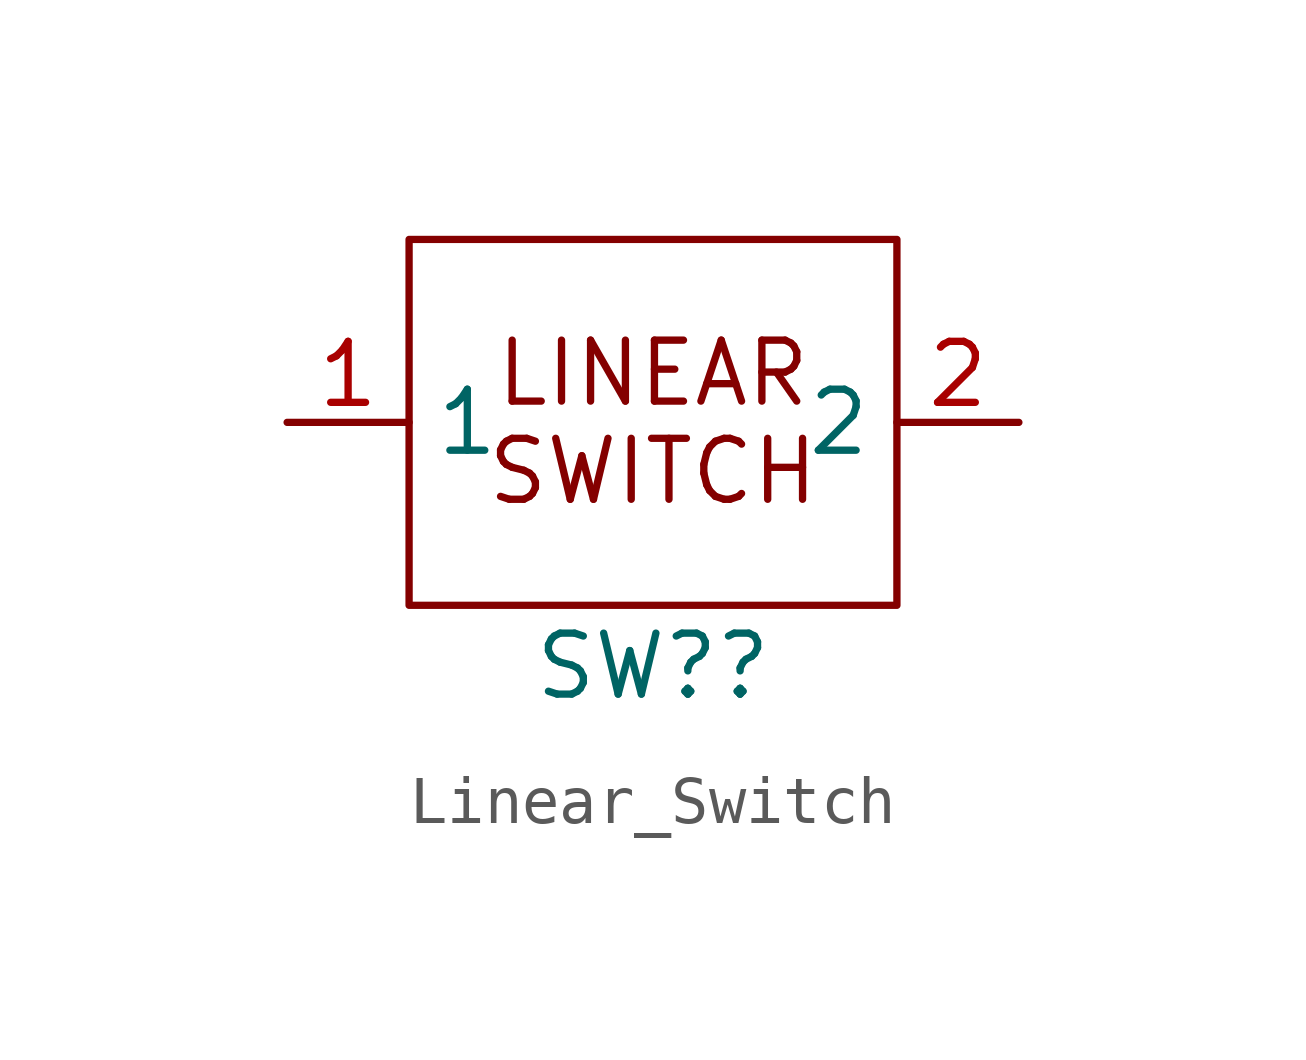
<source format=kicad_sym>
(kicad_symbol_lib
  (version 20231120)
  (generator "kicad_symbol_editor")
  (generator_version "8.0")
  (symbol "Linear_Switch"
    (property "Reference" "SW?"
      (at 0 -5.08 0)
      (effects (font (size 1.27 1.27))))
    (property "Value" ""
      (at 0 0 0)
      (effects (font (size 1.27 1.27))))
    (symbol "Linear_Switch_0_1"
      (rectangle (start -5.08 3.81) (end 5.08 -3.81) (stroke (width 0) (type default)) (fill (type none))))
    (symbol "Linear_Switch_1_1"
      (text "LINEAR\nSWITCH" (at 0 0 0) (effects (font (size 1.27 1.27))))
      (pin input line (at -7.62 0 0) (length 2.54) (name "1" (effects (font (size 1.27 1.27)))) (number "1" (effects (font (size 1.27 1.27)))))
      (pin input line (at 7.62 0 180) (length 2.54) (name "2" (effects (font (size 1.27 1.27)))) (number "2" (effects (font (size 1.27 1.27))))))))
</source>
